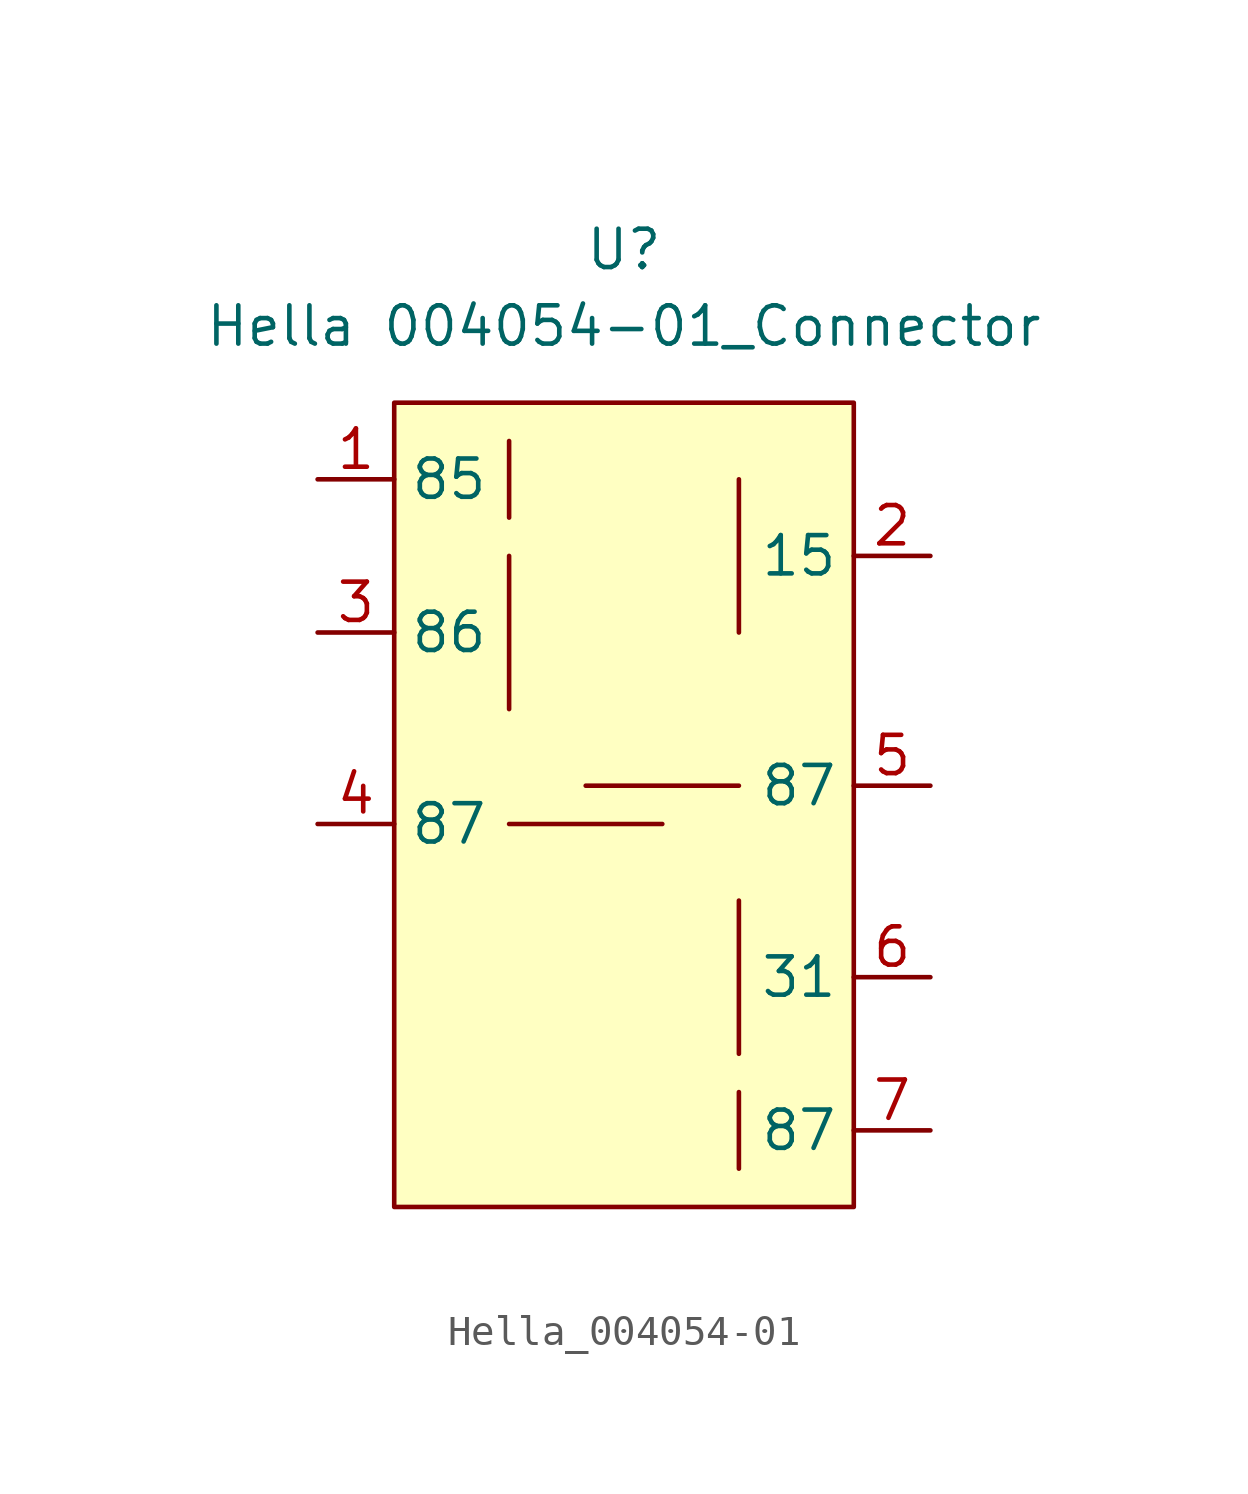
<source format=kicad_sym>
(kicad_symbol_lib
  (version 20220914)
  (generator kicad_symbol_editor)
  (symbol "Hella_004054-01"
    (property "Reference" "U"
      (at 0 7.62 0)
      (effects (font (size 1.27 1.27))))
    (property "Value" "Hella 004054-01_Connector"
      (at 0 5.08 0)
      (effects (font (size 1.27 1.27))))
    (symbol "Hella_004054-01_0_1"
      (polyline (pts (xy -3.81 -11.43) (xy 1.27 -11.43)) (stroke (width 0) (type default)) (fill (type none)))
      (polyline (pts (xy -3.81 -7.62) (xy -3.81 -2.54)) (stroke (width 0) (type default)) (fill (type none)))
      (polyline (pts (xy -3.81 -1.27) (xy -3.81 1.27)) (stroke (width 0) (type default)) (fill (type none)))
      (polyline (pts (xy 3.81 -22.86) (xy 3.81 -20.32)) (stroke (width 0) (type default)) (fill (type none)))
      (polyline (pts (xy 3.81 -13.97) (xy 3.81 -19.05)) (stroke (width 0) (type default)) (fill (type none)))
      (polyline (pts (xy 3.81 -10.16) (xy -1.27 -10.16)) (stroke (width 0) (type default)) (fill (type none)))
      (polyline (pts (xy 3.81 -5.08) (xy 3.81 0)) (stroke (width 0) (type default)) (fill (type none))))
    (symbol "Hella_004054-01_1_1"
      (rectangle (start -7.62 2.54) (end 7.62 -24.13) (stroke (width 0) (type default)) (fill (type background)))
      (pin input line (at -10.16 0 0) (length 2.54) (name "85" (effects (font (size 1.27 1.27)))) (number "1" (effects (font (size 1.27 1.27)))))
      (pin input line (at 10.16 -2.54 180) (length 2.54) (name "15" (effects (font (size 1.27 1.27)))) (number "2" (effects (font (size 1.27 1.27)))))
      (pin input line (at -10.16 -5.08 0) (length 2.54) (name "86" (effects (font (size 1.27 1.27)))) (number "3" (effects (font (size 1.27 1.27)))))
      (pin input line (at -10.16 -11.43 0) (length 2.54) (name "87" (effects (font (size 1.27 1.27)))) (number "4" (effects (font (size 1.27 1.27)))))
      (pin input line (at 10.16 -10.16 180) (length 2.54) (name "87" (effects (font (size 1.27 1.27)))) (number "5" (effects (font (size 1.27 1.27)))))
      (pin input line (at 10.16 -16.51 180) (length 2.54) (name "31" (effects (font (size 1.27 1.27)))) (number "6" (effects (font (size 1.27 1.27)))))
      (pin input line (at 10.16 -21.59 180) (length 2.54) (name "87" (effects (font (size 1.27 1.27)))) (number "7" (effects (font (size 1.27 1.27))))))))
</source>
